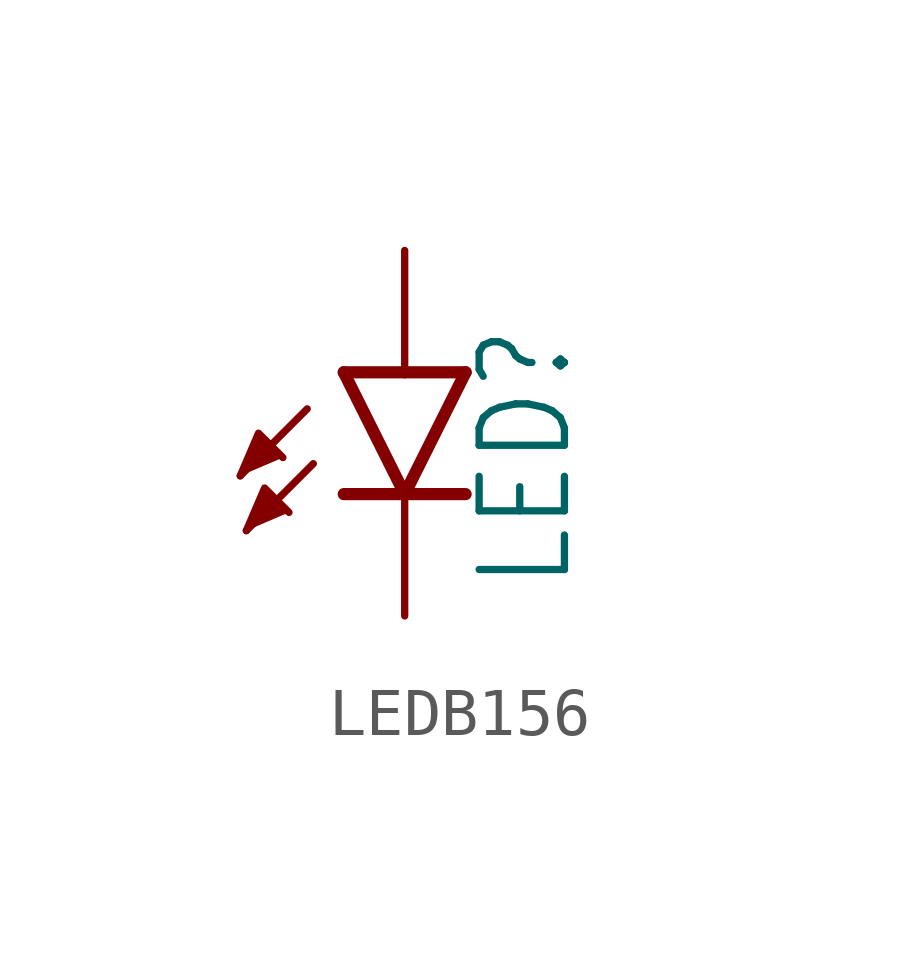
<source format=kicad_sym>
(kicad_symbol_lib
  (version 20231120)
  (generator "kicad_symbol_editor")
  (generator_version "8.0")
  (symbol "LEDB156"
    (property "Reference" "LED"
      (at 3.556 -4.572 90)
      (effects (font (size 1.778 1.511)) (justify left bottom)))
    (property "Value" ""
      (at 5.715 -4.572 90)
      (effects (font (size 1.778 1.511)) (justify left bottom)))
    (property "ki_locked" ""
      (at 0 0 0)
      (effects (font (size 1.27 1.27))))
    (symbol "LEDB156_1_0"
      (polyline (pts (xy -2.032 -0.762) (xy -3.429 -2.159)) (stroke (width 0.152) (type solid)) (fill (type none)))
      (polyline (pts (xy -1.905 -1.905) (xy -3.302 -3.302)) (stroke (width 0.152) (type solid)) (fill (type none)))
      (polyline (pts (xy 0 -2.54) (xy -1.27 -2.54)) (stroke (width 0.254) (type solid)) (fill (type none)))
      (polyline (pts (xy 0 -2.54) (xy -1.27 0)) (stroke (width 0.254) (type solid)) (fill (type none)))
      (polyline (pts (xy 0 0) (xy -1.27 0)) (stroke (width 0.254) (type solid)) (fill (type none)))
      (polyline (pts (xy 1.27 -2.54) (xy 0 -2.54)) (stroke (width 0.254) (type solid)) (fill (type none)))
      (polyline (pts (xy 1.27 0) (xy 0 -2.54)) (stroke (width 0.254) (type solid)) (fill (type none)))
      (polyline (pts (xy 1.27 0) (xy 0 0)) (stroke (width 0.254) (type solid)) (fill (type none)))
      (polyline (pts (xy -3.429 -2.159) (xy -3.048 -1.27) (xy -2.54 -1.778)) (stroke (width 0.152) (type solid)) (fill (type outline)))
      (polyline (pts (xy -3.302 -3.302) (xy -2.921 -2.413) (xy -2.413 -2.921)) (stroke (width 0.152) (type solid)) (fill (type outline)))
      (pin passive line (at 0 2.54 270) (length 2.54) (name "A" (effects (font (size 0 0)))) (number "A" (effects (font (size 0 0)))))
      (pin passive line (at 0 -5.08 90) (length 2.54) (name "C" (effects (font (size 0 0)))) (number "K" (effects (font (size 0 0))))))))
</source>
